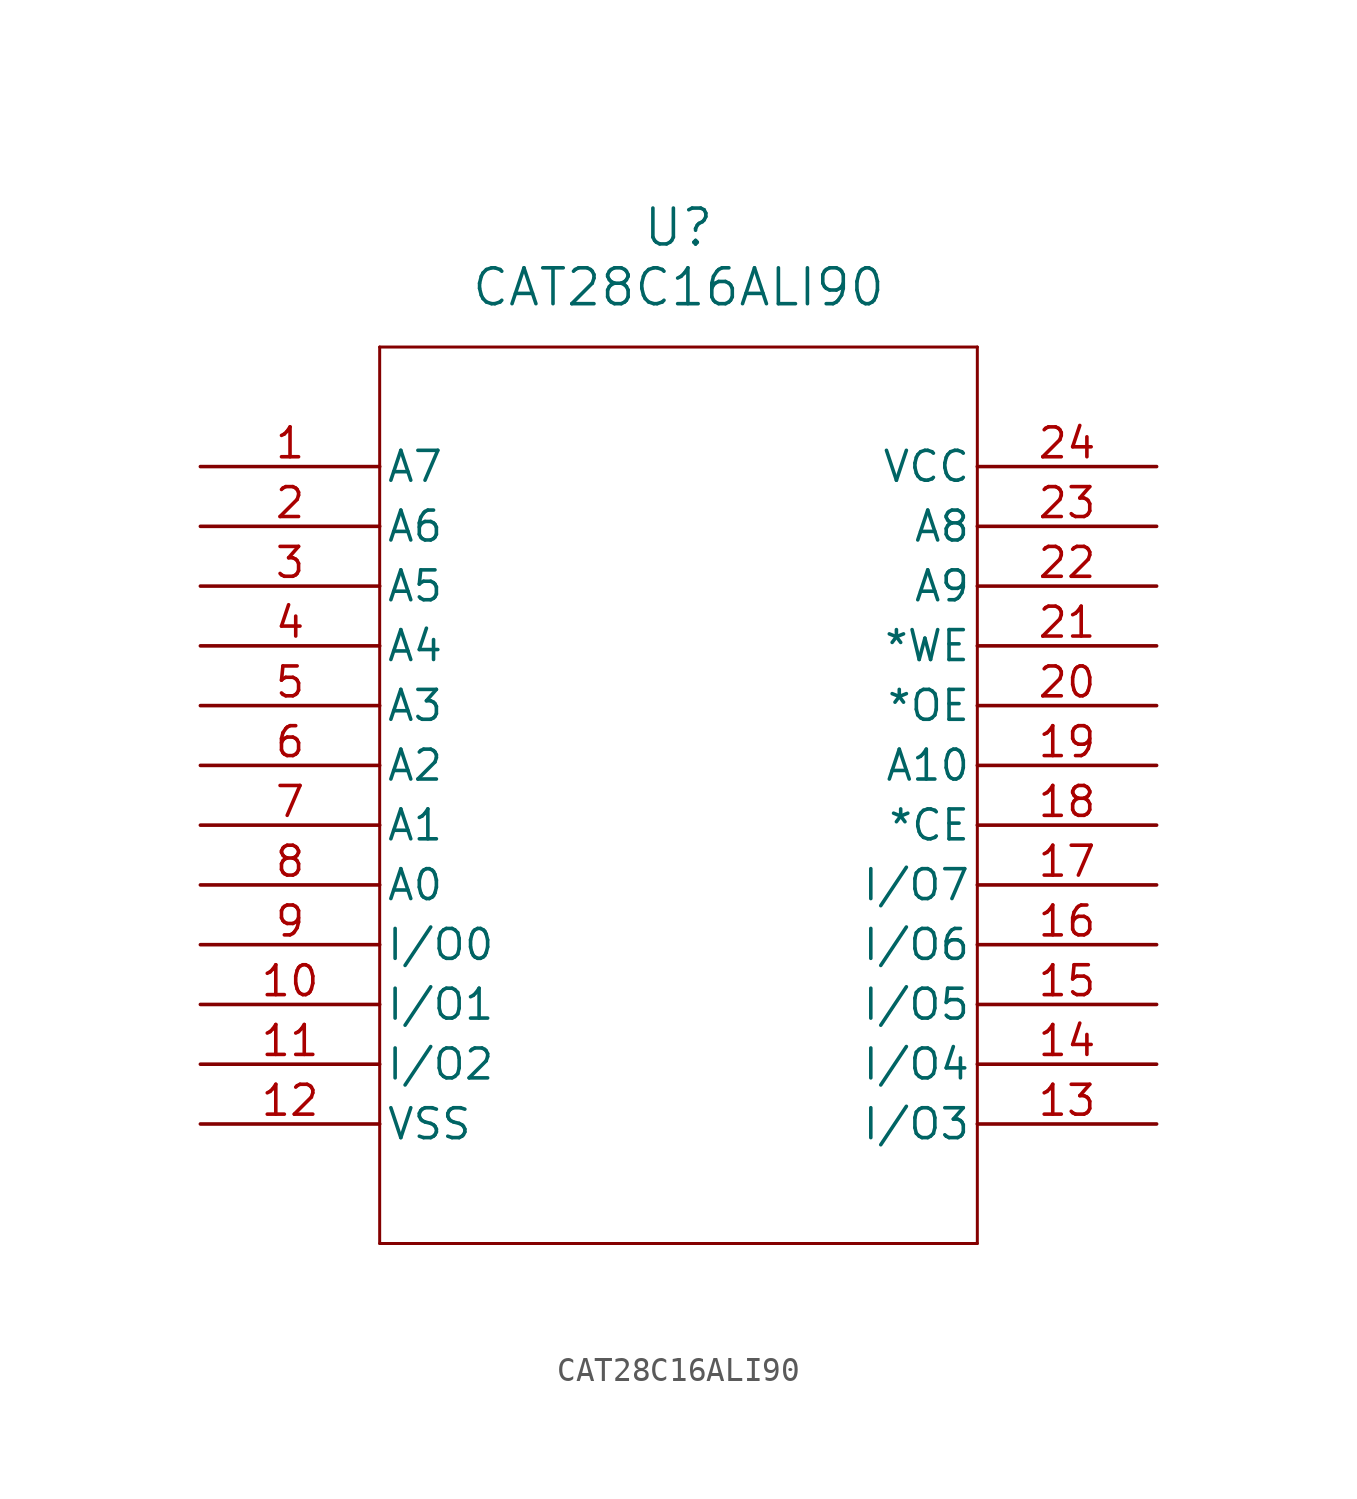
<source format=kicad_sym>
(kicad_symbol_lib
  (version 20211014)
  (generator kicad_symbol_editor)
  (symbol "CAT28C16ALI90"
    (pin_names
      (offset 0.254))
    (property "Reference" "U"
      (at 20.32 10.16 0)
      (effects (font (size 1.524 1.524))))
    (property "Value" "CAT28C16ALI90"
      (at 20.32 7.62 0)
      (effects (font (size 1.524 1.524))))
    (symbol "CAT28C16ALI90_0_1"
      (polyline (pts (xy 7.62 5.08) (xy 7.62 -33.02)) (stroke (width 0.127) (type default) (color 0 0 0 0)) (fill (type none)))
      (polyline (pts (xy 7.62 -33.02) (xy 33.02 -33.02)) (stroke (width 0.127) (type default) (color 0 0 0 0)) (fill (type none)))
      (polyline (pts (xy 33.02 -33.02) (xy 33.02 5.08)) (stroke (width 0.127) (type default) (color 0 0 0 0)) (fill (type none)))
      (polyline (pts (xy 33.02 5.08) (xy 7.62 5.08)) (stroke (width 0.127) (type default) (color 0 0 0 0)) (fill (type none)))
      (pin input line (at 0 0 0) (length 7.62) (name "A7" (effects (font (size 1.27 1.27)))) (number "1" (effects (font (size 1.27 1.27)))))
      (pin input line (at 0 -2.54 0) (length 7.62) (name "A6" (effects (font (size 1.27 1.27)))) (number "2" (effects (font (size 1.27 1.27)))))
      (pin input line (at 0 -5.08 0) (length 7.62) (name "A5" (effects (font (size 1.27 1.27)))) (number "3" (effects (font (size 1.27 1.27)))))
      (pin input line (at 0 -7.62 0) (length 7.62) (name "A4" (effects (font (size 1.27 1.27)))) (number "4" (effects (font (size 1.27 1.27)))))
      (pin input line (at 0 -10.16 0) (length 7.62) (name "A3" (effects (font (size 1.27 1.27)))) (number "5" (effects (font (size 1.27 1.27)))))
      (pin input line (at 0 -12.7 0) (length 7.62) (name "A2" (effects (font (size 1.27 1.27)))) (number "6" (effects (font (size 1.27 1.27)))))
      (pin input line (at 0 -15.24 0) (length 7.62) (name "A1" (effects (font (size 1.27 1.27)))) (number "7" (effects (font (size 1.27 1.27)))))
      (pin input line (at 0 -17.78 0) (length 7.62) (name "A0" (effects (font (size 1.27 1.27)))) (number "8" (effects (font (size 1.27 1.27)))))
      (pin bidirectional line (at 0 -20.32 0) (length 7.62) (name "I/O0" (effects (font (size 1.27 1.27)))) (number "9" (effects (font (size 1.27 1.27)))))
      (pin bidirectional line (at 0 -22.86 0) (length 7.62) (name "I/O1" (effects (font (size 1.27 1.27)))) (number "10" (effects (font (size 1.27 1.27)))))
      (pin bidirectional line (at 0 -25.4 0) (length 7.62) (name "I/O2" (effects (font (size 1.27 1.27)))) (number "11" (effects (font (size 1.27 1.27)))))
      (pin power_in line (at 0 -27.94 0) (length 7.62) (name "VSS" (effects (font (size 1.27 1.27)))) (number "12" (effects (font (size 1.27 1.27)))))
      (pin bidirectional line (at 40.64 -27.94 180) (length 7.62) (name "I/O3" (effects (font (size 1.27 1.27)))) (number "13" (effects (font (size 1.27 1.27)))))
      (pin bidirectional line (at 40.64 -25.4 180) (length 7.62) (name "I/O4" (effects (font (size 1.27 1.27)))) (number "14" (effects (font (size 1.27 1.27)))))
      (pin bidirectional line (at 40.64 -22.86 180) (length 7.62) (name "I/O5" (effects (font (size 1.27 1.27)))) (number "15" (effects (font (size 1.27 1.27)))))
      (pin bidirectional line (at 40.64 -20.32 180) (length 7.62) (name "I/O6" (effects (font (size 1.27 1.27)))) (number "16" (effects (font (size 1.27 1.27)))))
      (pin bidirectional line (at 40.64 -17.78 180) (length 7.62) (name "I/O7" (effects (font (size 1.27 1.27)))) (number "17" (effects (font (size 1.27 1.27)))))
      (pin unspecified line (at 40.64 -15.24 180) (length 7.62) (name "*CE" (effects (font (size 1.27 1.27)))) (number "18" (effects (font (size 1.27 1.27)))))
      (pin input line (at 40.64 -12.7 180) (length 7.62) (name "A10" (effects (font (size 1.27 1.27)))) (number "19" (effects (font (size 1.27 1.27)))))
      (pin output line (at 40.64 -10.16 180) (length 7.62) (name "*OE" (effects (font (size 1.27 1.27)))) (number "20" (effects (font (size 1.27 1.27)))))
      (pin unspecified line (at 40.64 -7.62 180) (length 7.62) (name "*WE" (effects (font (size 1.27 1.27)))) (number "21" (effects (font (size 1.27 1.27)))))
      (pin input line (at 40.64 -5.08 180) (length 7.62) (name "A9" (effects (font (size 1.27 1.27)))) (number "22" (effects (font (size 1.27 1.27)))))
      (pin input line (at 40.64 -2.54 180) (length 7.62) (name "A8" (effects (font (size 1.27 1.27)))) (number "23" (effects (font (size 1.27 1.27)))))
      (pin power_in line (at 40.64 0 180) (length 7.62) (name "VCC" (effects (font (size 1.27 1.27)))) (number "24" (effects (font (size 1.27 1.27))))))))
</source>
